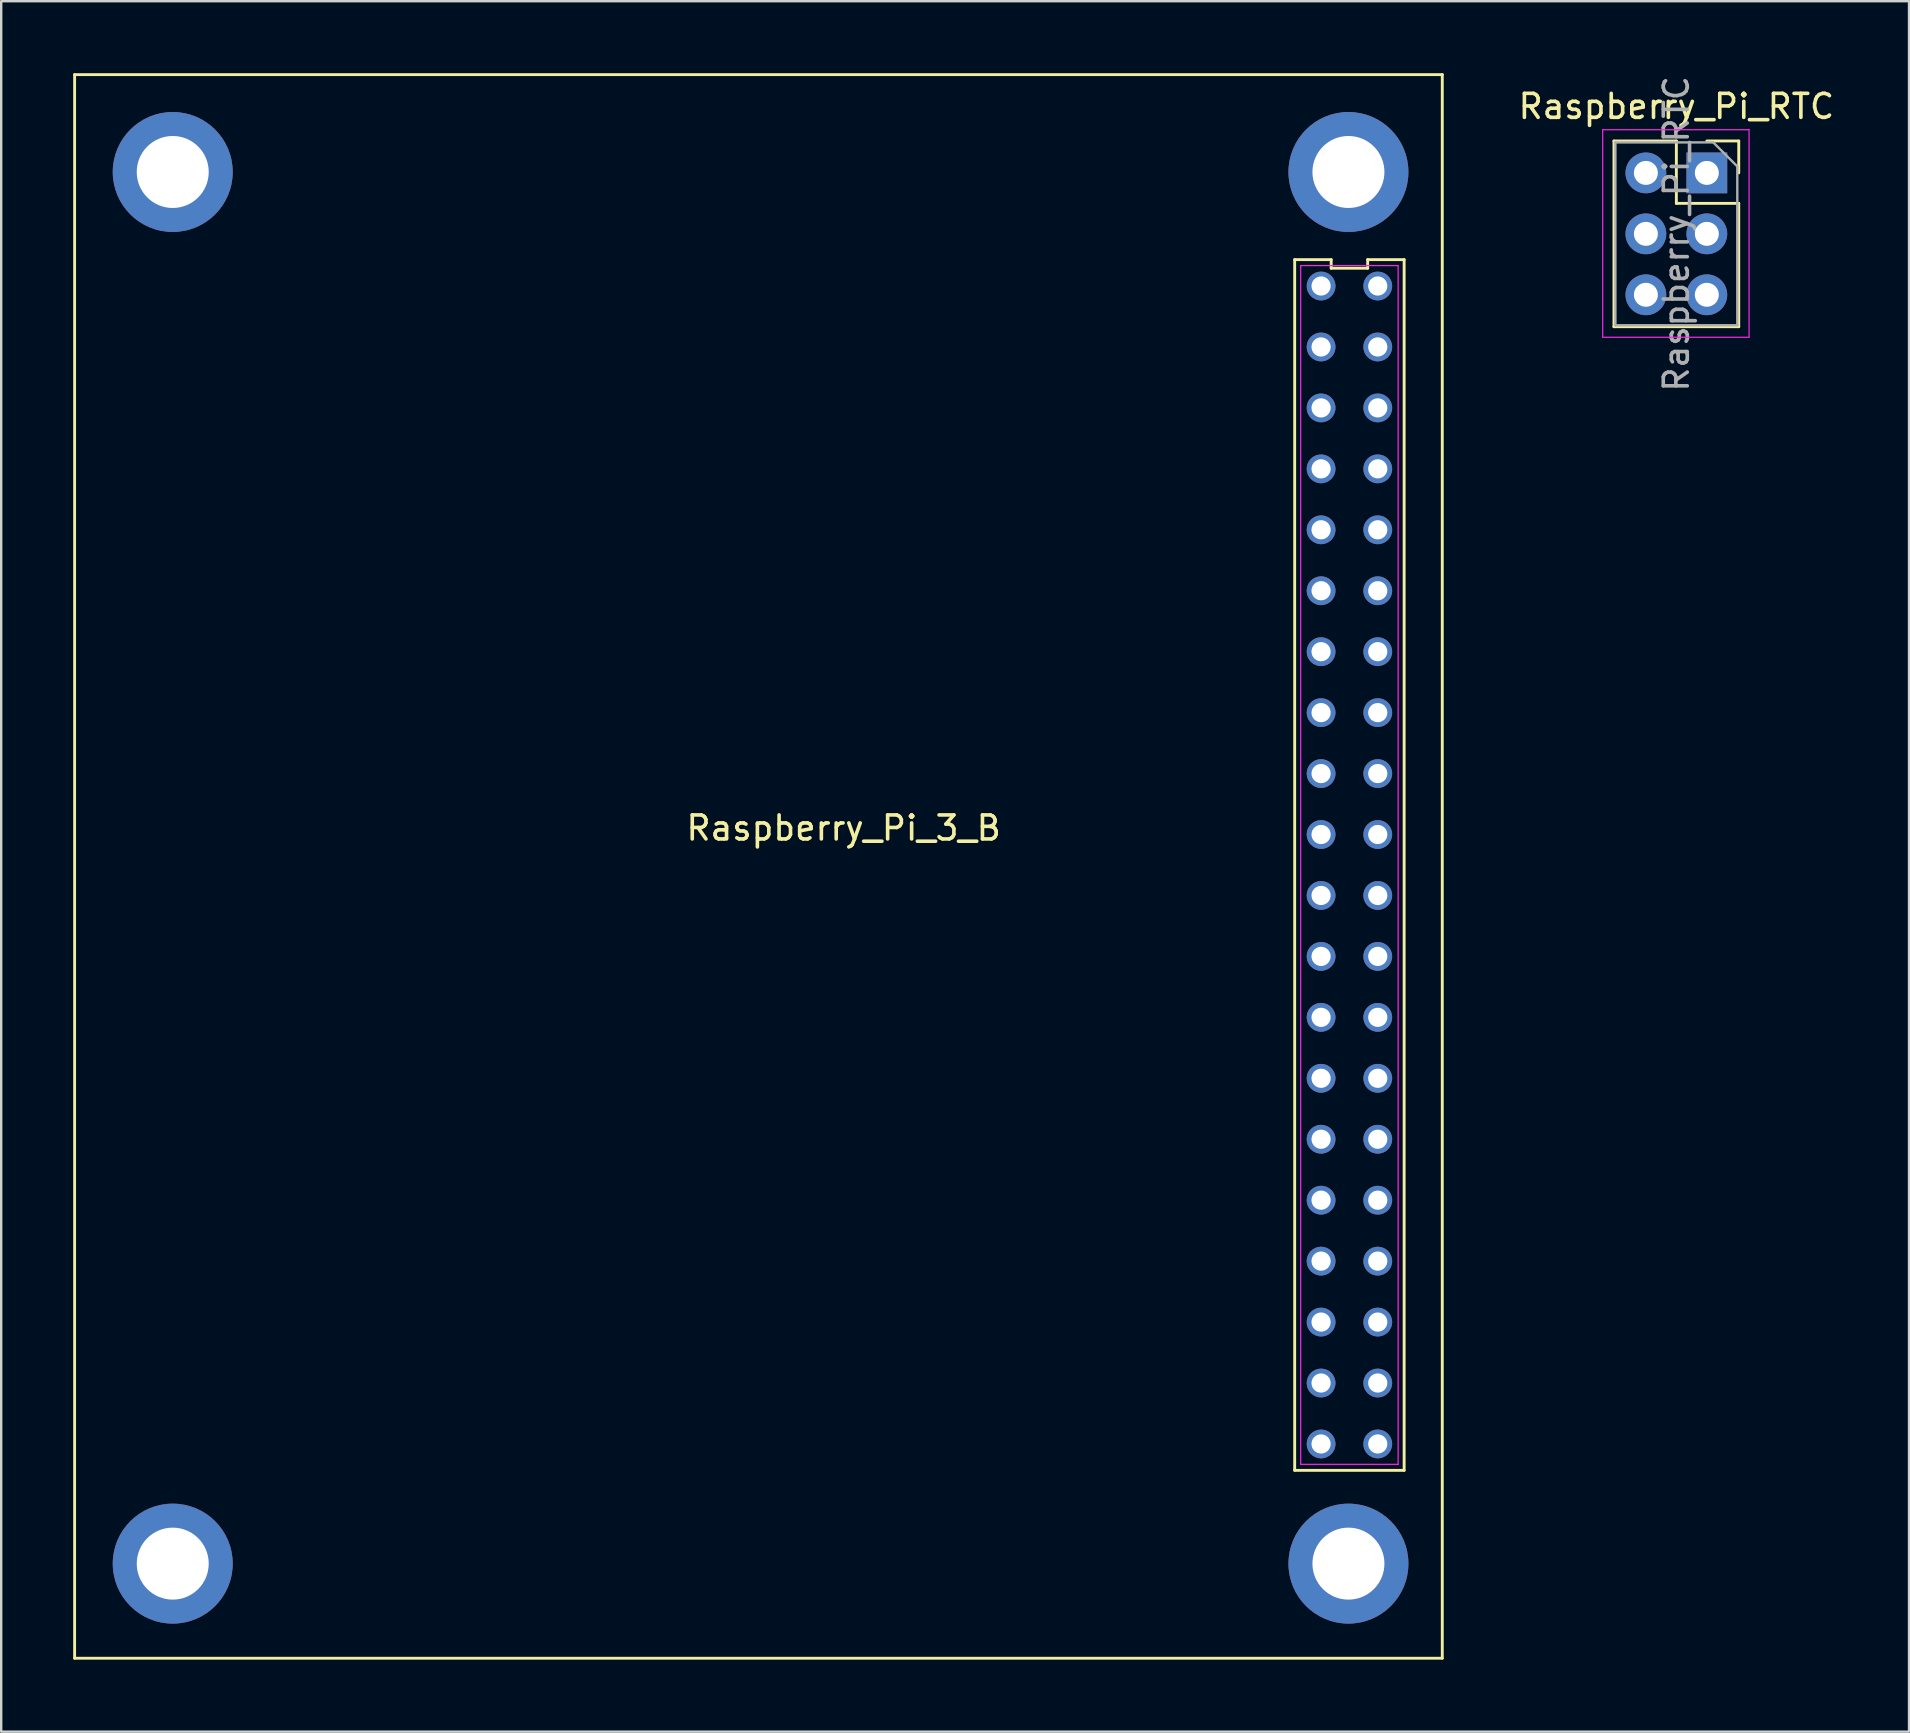
<source format=kicad_pcb>
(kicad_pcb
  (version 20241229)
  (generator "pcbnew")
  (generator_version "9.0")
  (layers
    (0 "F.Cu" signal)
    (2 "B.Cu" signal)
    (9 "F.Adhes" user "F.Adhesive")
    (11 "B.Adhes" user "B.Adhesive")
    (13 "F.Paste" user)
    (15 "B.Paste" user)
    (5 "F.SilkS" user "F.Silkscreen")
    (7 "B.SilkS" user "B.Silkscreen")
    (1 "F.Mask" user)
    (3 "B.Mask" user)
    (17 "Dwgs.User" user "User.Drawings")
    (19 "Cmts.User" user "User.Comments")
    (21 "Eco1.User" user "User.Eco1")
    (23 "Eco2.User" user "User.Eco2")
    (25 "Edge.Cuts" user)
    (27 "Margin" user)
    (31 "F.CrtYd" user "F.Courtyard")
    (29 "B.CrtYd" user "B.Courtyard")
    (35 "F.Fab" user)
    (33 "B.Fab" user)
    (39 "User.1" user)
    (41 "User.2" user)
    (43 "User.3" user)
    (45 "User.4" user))
  (footprint "Raspberry_Pi_RTC"
    (layer "F.Cu")
    (at 68.086 4.156)
    (property "Reference" "Raspberry_Pi_RTC" (at -1.27 -2.77 0) (layer "F.SilkS") (effects (font (size 1 1) (thickness 0.15))))
    (attr through_hole)
    (fp_line (start -3.87 -1.33) (end -3.87 6.41) (stroke (width 0.12) (type solid)) (layer "F.SilkS"))
    (fp_line (start -3.87 -1.33) (end -1.27 -1.33) (stroke (width 0.12) (type solid)) (layer "F.SilkS"))
    (fp_line (start -3.87 6.41) (end 1.33 6.41) (stroke (width 0.12) (type solid)) (layer "F.SilkS"))
    (fp_line (start -1.27 -1.33) (end -1.27 1.27) (stroke (width 0.12) (type solid)) (layer "F.SilkS"))
    (fp_line (start -1.27 1.27) (end 1.33 1.27) (stroke (width 0.12) (type solid)) (layer "F.SilkS"))
    (fp_line (start 0 -1.33) (end 1.33 -1.33) (stroke (width 0.12) (type solid)) (layer "F.SilkS"))
    (fp_line (start 1.33 -1.33) (end 1.33 0) (stroke (width 0.12) (type solid)) (layer "F.SilkS"))
    (fp_line (start 1.33 1.27) (end 1.33 6.41) (stroke (width 0.12) (type solid)) (layer "F.SilkS"))
    (fp_line (start -4.34 -1.8) (end 1.76 -1.8) (stroke (width 0.05) (type solid)) (layer "F.CrtYd"))
    (fp_line (start -4.34 6.85) (end -4.34 -1.8) (stroke (width 0.05) (type solid)) (layer "F.CrtYd"))
    (fp_line (start 1.76 -1.8) (end 1.76 6.85) (stroke (width 0.05) (type solid)) (layer "F.CrtYd"))
    (fp_line (start 1.76 6.85) (end -4.34 6.85) (stroke (width 0.05) (type solid)) (layer "F.CrtYd"))
    (fp_line (start -3.81 -1.27) (end 0.27 -1.27) (stroke (width 0.1) (type solid)) (layer "F.Fab"))
    (fp_line (start -3.81 6.35) (end -3.81 -1.27) (stroke (width 0.1) (type solid)) (layer "F.Fab"))
    (fp_line (start 0.27 -1.27) (end 1.27 -0.27) (stroke (width 0.1) (type solid)) (layer "F.Fab"))
    (fp_line (start 1.27 -0.27) (end 1.27 6.35) (stroke (width 0.1) (type solid)) (layer "F.Fab"))
    (fp_line (start 1.27 6.35) (end -3.81 6.35) (stroke (width 0.1) (type solid)) (layer "F.Fab"))
    (fp_text user "${REFERENCE}" (at -1.27 2.54 90) (layer "F.Fab") (effects (font (size 1 1) (thickness 0.15))))
    (pad "1" thru_hole rect (at 0 0) (size 1.7 1.7) (drill 1) (layers "*.Cu" "*.Mask"))
    (pad "2" thru_hole oval (at -2.54 0) (size 1.7 1.7) (drill 1) (layers "*.Cu" "*.Mask"))
    (pad "3" thru_hole oval (at 0 2.54) (size 1.7 1.7) (drill 1) (layers "*.Cu" "*.Mask"))
    (pad "4" thru_hole oval (at -2.54 2.54) (size 1.7 1.7) (drill 1) (layers "*.Cu" "*.Mask"))
    (pad "5" thru_hole oval (at 0 5.08) (size 1.7 1.7) (drill 1) (layers "*.Cu" "*.Mask"))
    (pad "6" thru_hole oval (at -2.54 5.08) (size 1.7 1.7) (drill 1) (layers "*.Cu" "*.Mask")))
  (footprint "Raspberry_Pi_3_B"
    (layer "F.Cu")
    (at 31.857 31.365)
    (property "Reference" "Raspberry_Pi_3_B" (at 0.254 0.094 0) (layer "F.SilkS") (effects (font (size 1 1) (thickness 0.15))))
    (attr through_hole)
    (fp_line (start -31.797 -31.305) (end 25.203 -31.305) (stroke (width 0.12) (type solid)) (layer "F.SilkS"))
    (fp_line (start -31.797 34.695) (end -31.797 -31.305) (stroke (width 0.12) (type solid)) (layer "F.SilkS"))
    (fp_line (start 19.052 26.865) (end 23.614 26.865) (stroke (width 0.12) (type solid)) (layer "F.SilkS"))
    (fp_line (start 19.052 -23.595) (end 19.052 26.865) (stroke (width 0.12) (type solid)) (layer "F.SilkS"))
    (fp_line (start 20.573 -23.595) (end 19.052 -23.595) (stroke (width 0.12) (type solid)) (layer "F.SilkS"))
    (fp_line (start 20.573 -23.235) (end 20.573 -23.595) (stroke (width 0.12) (type solid)) (layer "F.SilkS"))
    (fp_line (start 22.094 -23.595) (end 22.094 -23.235) (stroke (width 0.12) (type solid)) (layer "F.SilkS"))
    (fp_line (start 22.094 -23.235) (end 20.573 -23.235) (stroke (width 0.12) (type solid)) (layer "F.SilkS"))
    (fp_line (start 23.614 26.865) (end 23.614 -23.595) (stroke (width 0.12) (type solid)) (layer "F.SilkS"))
    (fp_line (start 23.614 -23.595) (end 22.094 -23.595) (stroke (width 0.12) (type solid)) (layer "F.SilkS"))
    (fp_line (start 25.203 -31.305) (end 25.203 34.695) (stroke (width 0.12) (type solid)) (layer "F.SilkS"))
    (fp_line (start 25.203 34.695) (end -31.797 34.695) (stroke (width 0.12) (type solid)) (layer "F.SilkS"))
    (fp_line (start 19.303 -23.345) (end 23.363 -23.345) (stroke (width 0.05) (type solid)) (layer "F.CrtYd"))
    (fp_line (start 19.303 26.615) (end 19.303 -23.345) (stroke (width 0.05) (type solid)) (layer "F.CrtYd"))
    (fp_line (start 23.363 -23.345) (end 23.363 26.615) (stroke (width 0.05) (type solid)) (layer "F.CrtYd"))
    (fp_line (start 23.363 26.615) (end 19.303 26.615) (stroke (width 0.05) (type solid)) (layer "F.CrtYd"))
    (pad "1" thru_hole circle (at 20.152 25.765 270) (size 1.2 1.2) (drill 0.8) (layers "*.Cu" "*.Mask"))
    (pad "2" thru_hole circle (at 22.514 25.765 270) (size 1.2 1.2) (drill 0.8) (layers "*.Cu" "*.Mask"))
    (pad "3" thru_hole circle (at 20.152 23.225 270) (size 1.2 1.2) (drill 0.8) (layers "*.Cu" "*.Mask"))
    (pad "4" thru_hole circle (at 22.514 23.225 270) (size 1.2 1.2) (drill 0.8) (layers "*.Cu" "*.Mask"))
    (pad "5" thru_hole circle (at 20.152 20.685 270) (size 1.2 1.2) (drill 0.8) (layers "*.Cu" "*.Mask"))
    (pad "6" thru_hole circle (at 22.514 20.685 270) (size 1.2 1.2) (drill 0.8) (layers "*.Cu" "*.Mask"))
    (pad "7" thru_hole circle (at 20.152 18.145 270) (size 1.2 1.2) (drill 0.8) (layers "*.Cu" "*.Mask"))
    (pad "8" thru_hole circle (at 22.514 18.145 270) (size 1.2 1.2) (drill 0.8) (layers "*.Cu" "*.Mask"))
    (pad "9" thru_hole circle (at 20.152 15.605 270) (size 1.2 1.2) (drill 0.8) (layers "*.Cu" "*.Mask"))
    (pad "10" thru_hole circle (at 22.514 15.605 270) (size 1.2 1.2) (drill 0.8) (layers "*.Cu" "*.Mask"))
    (pad "11" thru_hole circle (at 20.152 13.065 270) (size 1.2 1.2) (drill 0.8) (layers "*.Cu" "*.Mask"))
    (pad "12" thru_hole circle (at 22.514 13.065 270) (size 1.2 1.2) (drill 0.8) (layers "*.Cu" "*.Mask"))
    (pad "13" thru_hole circle (at 20.152 10.525 270) (size 1.2 1.2) (drill 0.8) (layers "*.Cu" "*.Mask"))
    (pad "14" thru_hole circle (at 22.514 10.525 270) (size 1.2 1.2) (drill 0.8) (layers "*.Cu" "*.Mask"))
    (pad "15" thru_hole circle (at 20.152 7.985 270) (size 1.2 1.2) (drill 0.8) (layers "*.Cu" "*.Mask"))
    (pad "16" thru_hole circle (at 22.514 7.985 270) (size 1.2 1.2) (drill 0.8) (layers "*.Cu" "*.Mask"))
    (pad "17" thru_hole circle (at 20.152 5.445 270) (size 1.2 1.2) (drill 0.8) (layers "*.Cu" "*.Mask"))
    (pad "18" thru_hole circle (at 22.514 5.445 270) (size 1.2 1.2) (drill 0.8) (layers "*.Cu" "*.Mask"))
    (pad "19" thru_hole circle (at 20.152 2.905 270) (size 1.2 1.2) (drill 0.8) (layers "*.Cu" "*.Mask"))
    (pad "20" thru_hole circle (at 22.514 2.905 270) (size 1.2 1.2) (drill 0.8) (layers "*.Cu" "*.Mask"))
    (pad "21" thru_hole circle (at 20.152 0.365 270) (size 1.2 1.2) (drill 0.8) (layers "*.Cu" "*.Mask"))
    (pad "22" thru_hole circle (at 22.514 0.365 270) (size 1.2 1.2) (drill 0.8) (layers "*.Cu" "*.Mask"))
    (pad "23" thru_hole circle (at 20.152 -2.175 270) (size 1.2 1.2) (drill 0.8) (layers "*.Cu" "*.Mask"))
    (pad "24" thru_hole circle (at 22.514 -2.175 270) (size 1.2 1.2) (drill 0.8) (layers "*.Cu" "*.Mask"))
    (pad "25" thru_hole circle (at 20.152 -4.715 270) (size 1.2 1.2) (drill 0.8) (layers "*.Cu" "*.Mask"))
    (pad "26" thru_hole circle (at 22.514 -4.715 270) (size 1.2 1.2) (drill 0.8) (layers "*.Cu" "*.Mask"))
    (pad "27" thru_hole circle (at 20.152 -7.255 270) (size 1.2 1.2) (drill 0.8) (layers "*.Cu" "*.Mask"))
    (pad "28" thru_hole circle (at 22.514 -7.255 270) (size 1.2 1.2) (drill 0.8) (layers "*.Cu" "*.Mask"))
    (pad "29" thru_hole circle (at 20.152 -9.795 270) (size 1.2 1.2) (drill 0.8) (layers "*.Cu" "*.Mask"))
    (pad "30" thru_hole circle (at 22.514 -9.795 270) (size 1.2 1.2) (drill 0.8) (layers "*.Cu" "*.Mask"))
    (pad "31" thru_hole circle (at 20.152 -12.335 270) (size 1.2 1.2) (drill 0.8) (layers "*.Cu" "*.Mask"))
    (pad "32" thru_hole circle (at 22.514 -12.335 270) (size 1.2 1.2) (drill 0.8) (layers "*.Cu" "*.Mask"))
    (pad "33" thru_hole circle (at 20.152 -14.875 270) (size 1.2 1.2) (drill 0.8) (layers "*.Cu" "*.Mask"))
    (pad "34" thru_hole circle (at 22.514 -14.875 270) (size 1.2 1.2) (drill 0.8) (layers "*.Cu" "*.Mask"))
    (pad "35" thru_hole circle (at 20.152 -17.415 270) (size 1.2 1.2) (drill 0.8) (layers "*.Cu" "*.Mask"))
    (pad "36" thru_hole circle (at 22.514 -17.415 270) (size 1.2 1.2) (drill 0.8) (layers "*.Cu" "*.Mask"))
    (pad "37" thru_hole circle (at 20.152 -19.955 270) (size 1.2 1.2) (drill 0.8) (layers "*.Cu" "*.Mask"))
    (pad "38" thru_hole circle (at 22.514 -19.955 270) (size 1.2 1.2) (drill 0.8) (layers "*.Cu" "*.Mask"))
    (pad "39" thru_hole circle (at 20.152 -22.495 270) (size 1.2 1.2) (drill 0.8) (layers "*.Cu" "*.Mask"))
    (pad "40" thru_hole circle (at 22.514 -22.495 270) (size 1.2 1.2) (drill 0.8) (layers "*.Cu" "*.Mask"))
    (pad "41" thru_hole circle (at 21.292 -27.247 270) (size 5 5) (drill 3) (layers "*.Cu" "*.Mask"))
    (pad "42" thru_hole circle (at 21.292 30.753 270) (size 5 5) (drill 3) (layers "*.Cu" "*.Mask"))
    (pad "43" thru_hole circle (at -27.708 -27.247 270) (size 5 5) (drill 3) (layers "*.Cu" "*.Mask"))
    (pad "44" thru_hole circle (at -27.708 30.753 270) (size 5 5) (drill 3) (layers "*.Cu" "*.Mask")))
  (gr_rect
    (start -3 -3)
    (end 76.513 69.12)
    (stroke (width 0.1) (type default))
    (fill no)
    (layer "Edge.Cuts")))
</source>
